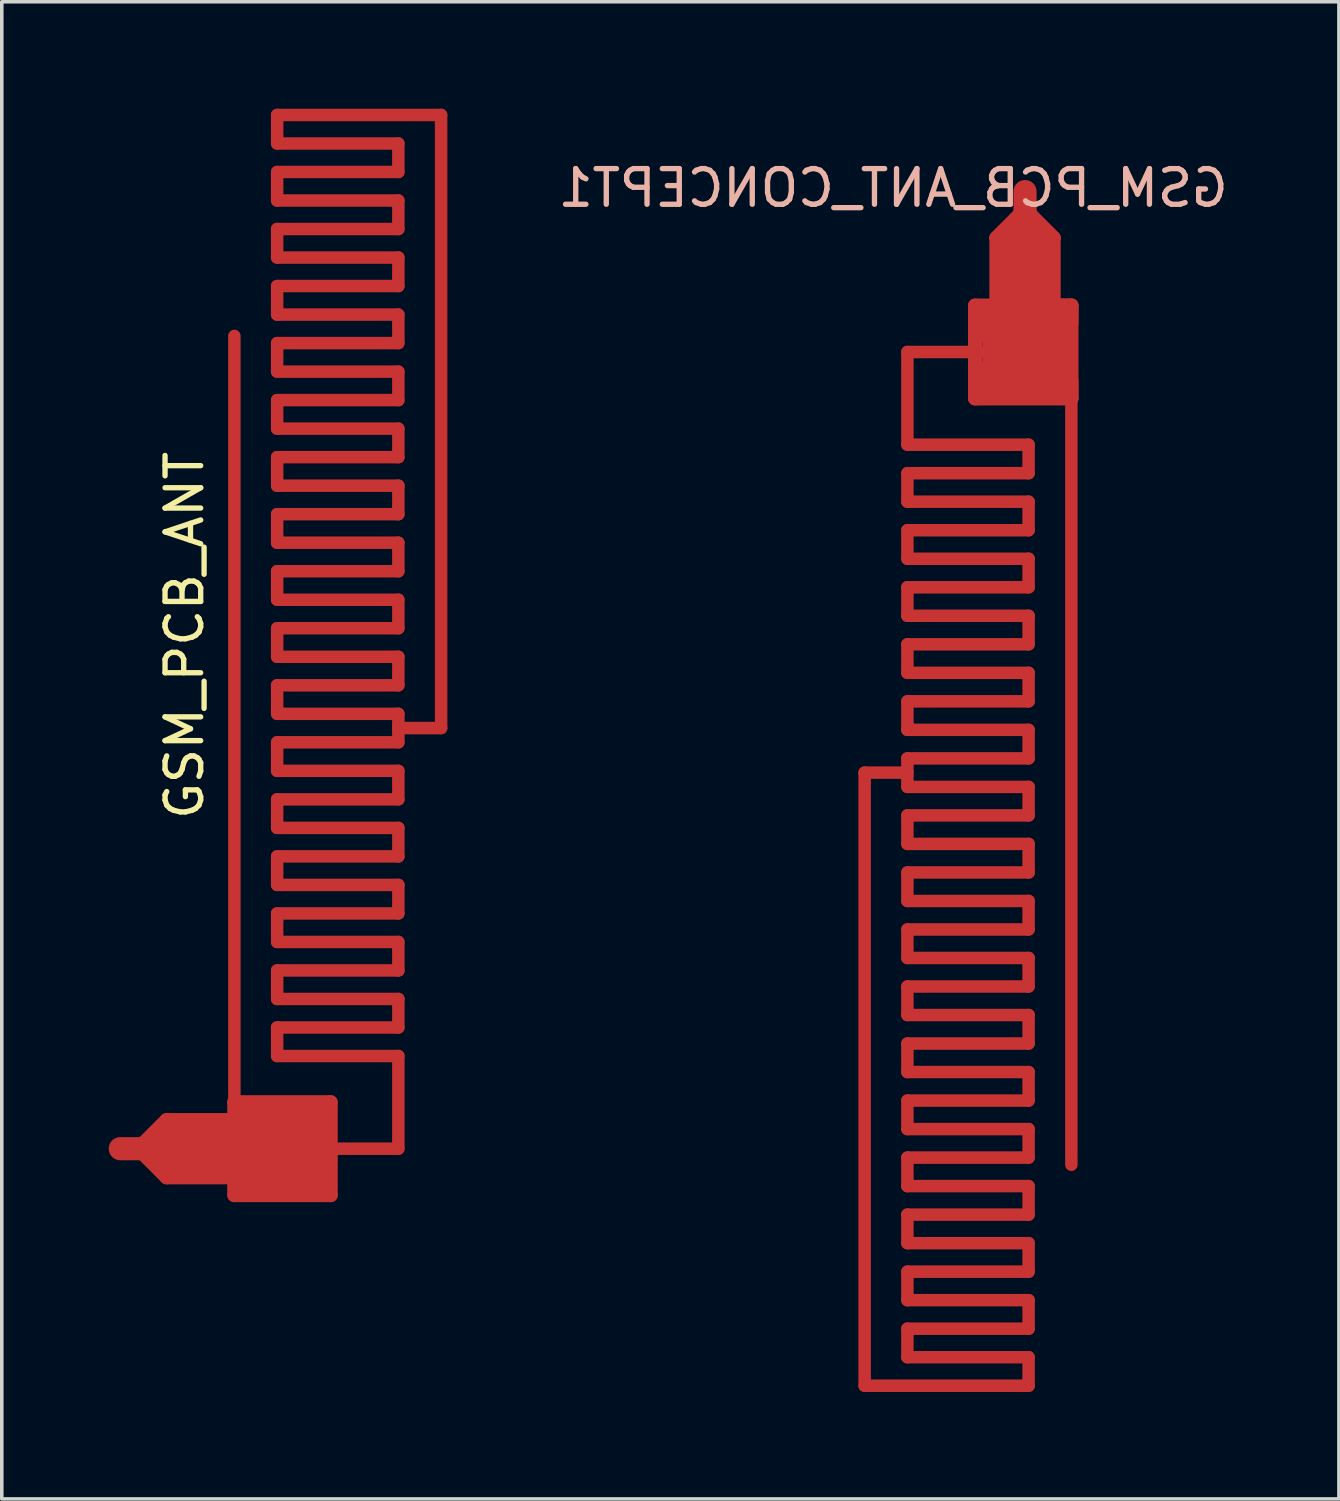
<source format=kicad_pcb>
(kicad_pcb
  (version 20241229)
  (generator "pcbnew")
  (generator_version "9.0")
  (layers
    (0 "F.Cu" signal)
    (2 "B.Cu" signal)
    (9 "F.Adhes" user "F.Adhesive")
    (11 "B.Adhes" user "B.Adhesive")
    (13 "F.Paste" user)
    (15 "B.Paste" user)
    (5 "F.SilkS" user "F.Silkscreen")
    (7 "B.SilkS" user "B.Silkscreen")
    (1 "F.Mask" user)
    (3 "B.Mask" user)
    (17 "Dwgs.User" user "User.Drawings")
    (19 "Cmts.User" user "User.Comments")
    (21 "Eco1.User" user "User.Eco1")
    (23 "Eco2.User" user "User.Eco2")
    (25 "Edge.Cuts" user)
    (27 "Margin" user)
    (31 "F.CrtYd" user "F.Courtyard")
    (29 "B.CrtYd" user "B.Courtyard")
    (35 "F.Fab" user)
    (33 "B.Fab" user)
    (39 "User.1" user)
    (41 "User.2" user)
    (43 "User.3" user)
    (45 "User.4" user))
  (footprint "GSM_PCB_ANT"
    (layer "F.Cu")
    (at 0.325 29.175)
    (property "Reference" "GSM_PCB_ANT" (at 1.8 -14.4 90) (layer "F.SilkS") (effects (font (size 1 1) (thickness 0.15))))
    (attr through_hole)
    (fp_line (start 0 0) (end 0.6 0) (stroke (width 0.65) (type solid)) (layer "F.Cu"))
    (fp_line (start 1.2 0) (end 5.4 0) (stroke (width 1) (type solid)) (layer "F.Cu"))
    (fp_line (start 1.3 -0.8) (end 0.5 0) (stroke (width 0.4) (type solid)) (layer "F.Cu"))
    (fp_line (start 1.3 -0.8) (end 3.2 -0.8) (stroke (width 0.4) (type solid)) (layer "F.Cu"))
    (fp_line (start 1.3 -0.5) (end 3.2 -0.5) (stroke (width 0.4) (type solid)) (layer "F.Cu"))
    (fp_line (start 1.3 0.5) (end 3.2 0.5) (stroke (width 0.4) (type solid)) (layer "F.Cu"))
    (fp_line (start 1.3 0.8) (end 0.5 0) (stroke (width 0.4) (type solid)) (layer "F.Cu"))
    (fp_line (start 1.3 0.8) (end 3.2 0.8) (stroke (width 0.4) (type solid)) (layer "F.Cu"))
    (fp_line (start 3.2 -22.8) (end 3.2 -1.3) (stroke (width 0.35) (type solid)) (layer "F.Cu"))
    (fp_line (start 3.2 -1.3) (end 3.2 -0.8) (stroke (width 0.4) (type solid)) (layer "F.Cu"))
    (fp_line (start 3.2 -1.3) (end 5.9 -1.3) (stroke (width 0.4) (type solid)) (layer "F.Cu"))
    (fp_line (start 3.2 0.8) (end 3.2 1.3) (stroke (width 0.4) (type solid)) (layer "F.Cu"))
    (fp_line (start 3.2 1.3) (end 5.9 1.3) (stroke (width 0.4) (type solid)) (layer "F.Cu"))
    (fp_line (start 3.6 -0.7) (end 5.4 -0.7) (stroke (width 1) (type solid)) (layer "F.Cu"))
    (fp_line (start 3.6 0.7) (end 5.4 0.7) (stroke (width 1) (type solid)) (layer "F.Cu"))
    (fp_line (start 4.4 -29) (end 4.4 -28.2) (stroke (width 0.35) (type solid)) (layer "F.Cu"))
    (fp_line (start 4.4 -29) (end 9 -29) (stroke (width 0.35) (type solid)) (layer "F.Cu"))
    (fp_line (start 4.4 -28.2) (end 7.8 -28.2) (stroke (width 0.35) (type solid)) (layer "F.Cu"))
    (fp_line (start 4.4 -27.4) (end 4.4 -26.6) (stroke (width 0.35) (type solid)) (layer "F.Cu"))
    (fp_line (start 4.4 -27.4) (end 7.8 -27.4) (stroke (width 0.35) (type solid)) (layer "F.Cu"))
    (fp_line (start 4.4 -26.6) (end 7.8 -26.6) (stroke (width 0.35) (type solid)) (layer "F.Cu"))
    (fp_line (start 4.4 -25.8) (end 4.4 -25) (stroke (width 0.35) (type solid)) (layer "F.Cu"))
    (fp_line (start 4.4 -25.8) (end 7.8 -25.8) (stroke (width 0.35) (type solid)) (layer "F.Cu"))
    (fp_line (start 4.4 -25) (end 7.8 -25) (stroke (width 0.35) (type solid)) (layer "F.Cu"))
    (fp_line (start 4.4 -24.2) (end 4.4 -23.4) (stroke (width 0.35) (type solid)) (layer "F.Cu"))
    (fp_line (start 4.4 -24.2) (end 7.8 -24.2) (stroke (width 0.35) (type solid)) (layer "F.Cu"))
    (fp_line (start 4.4 -23.4) (end 7.8 -23.4) (stroke (width 0.35) (type solid)) (layer "F.Cu"))
    (fp_line (start 4.4 -22.6) (end 4.4 -21.8) (stroke (width 0.35) (type solid)) (layer "F.Cu"))
    (fp_line (start 4.4 -22.6) (end 7.8 -22.6) (stroke (width 0.35) (type solid)) (layer "F.Cu"))
    (fp_line (start 4.4 -21.8) (end 7.8 -21.8) (stroke (width 0.35) (type solid)) (layer "F.Cu"))
    (fp_line (start 4.4 -21) (end 4.4 -20.2) (stroke (width 0.35) (type solid)) (layer "F.Cu"))
    (fp_line (start 4.4 -21) (end 7.8 -21) (stroke (width 0.35) (type solid)) (layer "F.Cu"))
    (fp_line (start 4.4 -20.2) (end 7.8 -20.2) (stroke (width 0.35) (type solid)) (layer "F.Cu"))
    (fp_line (start 4.4 -19.4) (end 4.4 -18.6) (stroke (width 0.35) (type solid)) (layer "F.Cu"))
    (fp_line (start 4.4 -19.4) (end 7.8 -19.4) (stroke (width 0.35) (type solid)) (layer "F.Cu"))
    (fp_line (start 4.4 -18.6) (end 7.8 -18.6) (stroke (width 0.35) (type solid)) (layer "F.Cu"))
    (fp_line (start 4.4 -17.8) (end 4.4 -17) (stroke (width 0.35) (type solid)) (layer "F.Cu"))
    (fp_line (start 4.4 -17.8) (end 7.8 -17.8) (stroke (width 0.35) (type solid)) (layer "F.Cu"))
    (fp_line (start 4.4 -17) (end 7.8 -17) (stroke (width 0.35) (type solid)) (layer "F.Cu"))
    (fp_line (start 4.4 -16.2) (end 4.4 -15.4) (stroke (width 0.35) (type solid)) (layer "F.Cu"))
    (fp_line (start 4.4 -16.2) (end 7.8 -16.2) (stroke (width 0.35) (type solid)) (layer "F.Cu"))
    (fp_line (start 4.4 -15.4) (end 7.8 -15.4) (stroke (width 0.35) (type solid)) (layer "F.Cu"))
    (fp_line (start 4.4 -14.6) (end 4.4 -13.8) (stroke (width 0.35) (type solid)) (layer "F.Cu"))
    (fp_line (start 4.4 -14.6) (end 7.8 -14.6) (stroke (width 0.35) (type solid)) (layer "F.Cu"))
    (fp_line (start 4.4 -13.8) (end 7.8 -13.8) (stroke (width 0.35) (type solid)) (layer "F.Cu"))
    (fp_line (start 4.4 -13) (end 4.4 -12.2) (stroke (width 0.35) (type solid)) (layer "F.Cu"))
    (fp_line (start 4.4 -13) (end 7.8 -13) (stroke (width 0.35) (type solid)) (layer "F.Cu"))
    (fp_line (start 4.4 -12.2) (end 7.8 -12.2) (stroke (width 0.35) (type solid)) (layer "F.Cu"))
    (fp_line (start 4.4 -11.4) (end 4.4 -10.6) (stroke (width 0.35) (type solid)) (layer "F.Cu"))
    (fp_line (start 4.4 -11.4) (end 7.8 -11.4) (stroke (width 0.35) (type solid)) (layer "F.Cu"))
    (fp_line (start 4.4 -10.6) (end 7.8 -10.6) (stroke (width 0.35) (type solid)) (layer "F.Cu"))
    (fp_line (start 4.4 -9.8) (end 4.4 -9) (stroke (width 0.35) (type solid)) (layer "F.Cu"))
    (fp_line (start 4.4 -9.8) (end 7.8 -9.8) (stroke (width 0.35) (type solid)) (layer "F.Cu"))
    (fp_line (start 4.4 -9) (end 7.8 -9) (stroke (width 0.35) (type solid)) (layer "F.Cu"))
    (fp_line (start 4.4 -8.2) (end 4.4 -7.4) (stroke (width 0.35) (type solid)) (layer "F.Cu"))
    (fp_line (start 4.4 -8.2) (end 7.8 -8.2) (stroke (width 0.35) (type solid)) (layer "F.Cu"))
    (fp_line (start 4.4 -7.4) (end 7.8 -7.4) (stroke (width 0.35) (type solid)) (layer "F.Cu"))
    (fp_line (start 4.4 -6.6) (end 4.4 -5.8) (stroke (width 0.35) (type solid)) (layer "F.Cu"))
    (fp_line (start 4.4 -6.6) (end 7.8 -6.6) (stroke (width 0.35) (type solid)) (layer "F.Cu"))
    (fp_line (start 4.4 -5.8) (end 7.8 -5.8) (stroke (width 0.35) (type solid)) (layer "F.Cu"))
    (fp_line (start 4.4 -5) (end 4.4 -4.2) (stroke (width 0.35) (type solid)) (layer "F.Cu"))
    (fp_line (start 4.4 -5) (end 7.8 -5) (stroke (width 0.35) (type solid)) (layer "F.Cu"))
    (fp_line (start 4.4 -4.2) (end 7.8 -4.2) (stroke (width 0.35) (type solid)) (layer "F.Cu"))
    (fp_line (start 4.4 -3.4) (end 4.4 -2.6) (stroke (width 0.35) (type solid)) (layer "F.Cu"))
    (fp_line (start 4.4 -3.4) (end 7.8 -3.4) (stroke (width 0.35) (type solid)) (layer "F.Cu"))
    (fp_line (start 4.4 -2.6) (end 7.8 -2.6) (stroke (width 0.35) (type solid)) (layer "F.Cu"))
    (fp_line (start 5.8 0) (end 7.8 0) (stroke (width 0.35) (type solid)) (layer "F.Cu"))
    (fp_line (start 5.9 -1.3) (end 5.9 1.3) (stroke (width 0.4) (type solid)) (layer "F.Cu"))
    (fp_line (start 7.8 -28.2) (end 7.8 -27.4) (stroke (width 0.35) (type solid)) (layer "F.Cu"))
    (fp_line (start 7.8 -26.6) (end 7.8 -25.8) (stroke (width 0.35) (type solid)) (layer "F.Cu"))
    (fp_line (start 7.8 -25) (end 7.8 -24.2) (stroke (width 0.35) (type solid)) (layer "F.Cu"))
    (fp_line (start 7.8 -23.4) (end 7.8 -22.6) (stroke (width 0.35) (type solid)) (layer "F.Cu"))
    (fp_line (start 7.8 -21.8) (end 7.8 -21) (stroke (width 0.35) (type solid)) (layer "F.Cu"))
    (fp_line (start 7.8 -20.2) (end 7.8 -19.4) (stroke (width 0.35) (type solid)) (layer "F.Cu"))
    (fp_line (start 7.8 -18.6) (end 7.8 -17.8) (stroke (width 0.35) (type solid)) (layer "F.Cu"))
    (fp_line (start 7.8 -17) (end 7.8 -16.2) (stroke (width 0.35) (type solid)) (layer "F.Cu"))
    (fp_line (start 7.8 -15.4) (end 7.8 -14.6) (stroke (width 0.35) (type solid)) (layer "F.Cu"))
    (fp_line (start 7.8 -13.8) (end 7.8 -13) (stroke (width 0.35) (type solid)) (layer "F.Cu"))
    (fp_line (start 7.8 -12.2) (end 7.8 -11.4) (stroke (width 0.35) (type solid)) (layer "F.Cu"))
    (fp_line (start 7.8 -11.8) (end 9 -11.8) (stroke (width 0.35) (type solid)) (layer "F.Cu"))
    (fp_line (start 7.8 -10.6) (end 7.8 -9.8) (stroke (width 0.35) (type solid)) (layer "F.Cu"))
    (fp_line (start 7.8 -9) (end 7.8 -8.2) (stroke (width 0.35) (type solid)) (layer "F.Cu"))
    (fp_line (start 7.8 -7.4) (end 7.8 -6.6) (stroke (width 0.35) (type solid)) (layer "F.Cu"))
    (fp_line (start 7.8 -5.8) (end 7.8 -5) (stroke (width 0.35) (type solid)) (layer "F.Cu"))
    (fp_line (start 7.8 -4.2) (end 7.8 -3.4) (stroke (width 0.35) (type solid)) (layer "F.Cu"))
    (fp_line (start 7.8 -2.6) (end 7.8 0) (stroke (width 0.35) (type solid)) (layer "F.Cu"))
    (fp_line (start 9 -29) (end 9 -11.8) (stroke (width 0.35) (type solid)) (layer "F.Cu")))
  (footprint "GSM_PCB_ANT_CONCEPT1"
    (layer "F.Cu")
    (at 25.706 2.325)
    (property "Reference" "GSM_PCB_ANT_CONCEPT1" (at -3.7 -0.1 0) (layer "B.SilkS") (effects (font (size 1 1) (thickness 0.15)) (justify mirror)))
    (attr through_hole)
    (fp_line (start -4.5 33.5) (end -4.5 16.3) (stroke (width 0.35) (type solid)) (layer "F.Cu"))
    (fp_line (start -3.3 7.1) (end -3.3 4.5) (stroke (width 0.35) (type solid)) (layer "F.Cu"))
    (fp_line (start -3.3 8.7) (end -3.3 7.9) (stroke (width 0.35) (type solid)) (layer "F.Cu"))
    (fp_line (start -3.3 10.3) (end -3.3 9.5) (stroke (width 0.35) (type solid)) (layer "F.Cu"))
    (fp_line (start -3.3 11.9) (end -3.3 11.1) (stroke (width 0.35) (type solid)) (layer "F.Cu"))
    (fp_line (start -3.3 13.5) (end -3.3 12.7) (stroke (width 0.35) (type solid)) (layer "F.Cu"))
    (fp_line (start -3.3 15.1) (end -3.3 14.3) (stroke (width 0.35) (type solid)) (layer "F.Cu"))
    (fp_line (start -3.3 16.3) (end -4.5 16.3) (stroke (width 0.35) (type solid)) (layer "F.Cu"))
    (fp_line (start -3.3 16.7) (end -3.3 15.9) (stroke (width 0.35) (type solid)) (layer "F.Cu"))
    (fp_line (start -3.3 18.3) (end -3.3 17.5) (stroke (width 0.35) (type solid)) (layer "F.Cu"))
    (fp_line (start -3.3 19.9) (end -3.3 19.1) (stroke (width 0.35) (type solid)) (layer "F.Cu"))
    (fp_line (start -3.3 21.5) (end -3.3 20.7) (stroke (width 0.35) (type solid)) (layer "F.Cu"))
    (fp_line (start -3.3 23.1) (end -3.3 22.3) (stroke (width 0.35) (type solid)) (layer "F.Cu"))
    (fp_line (start -3.3 24.7) (end -3.3 23.9) (stroke (width 0.35) (type solid)) (layer "F.Cu"))
    (fp_line (start -3.3 26.3) (end -3.3 25.5) (stroke (width 0.35) (type solid)) (layer "F.Cu"))
    (fp_line (start -3.3 27.9) (end -3.3 27.1) (stroke (width 0.35) (type solid)) (layer "F.Cu"))
    (fp_line (start -3.3 29.5) (end -3.3 28.7) (stroke (width 0.35) (type solid)) (layer "F.Cu"))
    (fp_line (start -3.3 31.1) (end -3.3 30.3) (stroke (width 0.35) (type solid)) (layer "F.Cu"))
    (fp_line (start -3.3 32.7) (end -3.3 31.9) (stroke (width 0.35) (type solid)) (layer "F.Cu"))
    (fp_line (start -1.4 5.8) (end -1.4 3.2) (stroke (width 0.4) (type solid)) (layer "F.Cu"))
    (fp_line (start -1.3 4.5) (end -3.3 4.5) (stroke (width 0.35) (type solid)) (layer "F.Cu"))
    (fp_line (start -0.8 1.3) (end -0.8 3.2) (stroke (width 0.4) (type solid)) (layer "F.Cu"))
    (fp_line (start -0.8 1.3) (end 0 0.5) (stroke (width 0.4) (type solid)) (layer "F.Cu"))
    (fp_line (start -0.8 1.3) (end 0 0.5) (stroke (width 0.4) (type solid)) (layer "F.Cu"))
    (fp_line (start -0.7 3.6) (end -0.7 5.4) (stroke (width 1) (type solid)) (layer "F.Cu"))
    (fp_line (start -0.5 1.3) (end -0.5 3.2) (stroke (width 0.4) (type solid)) (layer "F.Cu"))
    (fp_line (start 0 0) (end 0 0.6) (stroke (width 0.65) (type solid)) (layer "F.Cu"))
    (fp_line (start 0 1.2) (end 0 5.4) (stroke (width 1) (type solid)) (layer "F.Cu"))
    (fp_line (start 0 1.2) (end 0 5.4) (stroke (width 1) (type solid)) (layer "F.Cu"))
    (fp_line (start 0.1 7.1) (end -3.3 7.1) (stroke (width 0.35) (type solid)) (layer "F.Cu"))
    (fp_line (start 0.1 7.9) (end -3.3 7.9) (stroke (width 0.35) (type solid)) (layer "F.Cu"))
    (fp_line (start 0.1 7.9) (end 0.1 7.1) (stroke (width 0.35) (type solid)) (layer "F.Cu"))
    (fp_line (start 0.1 8.7) (end -3.3 8.7) (stroke (width 0.35) (type solid)) (layer "F.Cu"))
    (fp_line (start 0.1 9.5) (end -3.3 9.5) (stroke (width 0.35) (type solid)) (layer "F.Cu"))
    (fp_line (start 0.1 9.5) (end 0.1 8.7) (stroke (width 0.35) (type solid)) (layer "F.Cu"))
    (fp_line (start 0.1 10.3) (end -3.3 10.3) (stroke (width 0.35) (type solid)) (layer "F.Cu"))
    (fp_line (start 0.1 11.1) (end -3.3 11.1) (stroke (width 0.35) (type solid)) (layer "F.Cu"))
    (fp_line (start 0.1 11.1) (end 0.1 10.3) (stroke (width 0.35) (type solid)) (layer "F.Cu"))
    (fp_line (start 0.1 11.9) (end -3.3 11.9) (stroke (width 0.35) (type solid)) (layer "F.Cu"))
    (fp_line (start 0.1 12.7) (end -3.3 12.7) (stroke (width 0.35) (type solid)) (layer "F.Cu"))
    (fp_line (start 0.1 12.7) (end 0.1 11.9) (stroke (width 0.35) (type solid)) (layer "F.Cu"))
    (fp_line (start 0.1 13.5) (end -3.3 13.5) (stroke (width 0.35) (type solid)) (layer "F.Cu"))
    (fp_line (start 0.1 14.3) (end -3.3 14.3) (stroke (width 0.35) (type solid)) (layer "F.Cu"))
    (fp_line (start 0.1 14.3) (end 0.1 13.5) (stroke (width 0.35) (type solid)) (layer "F.Cu"))
    (fp_line (start 0.1 15.1) (end -3.3 15.1) (stroke (width 0.35) (type solid)) (layer "F.Cu"))
    (fp_line (start 0.1 15.9) (end -3.3 15.9) (stroke (width 0.35) (type solid)) (layer "F.Cu"))
    (fp_line (start 0.1 15.9) (end 0.1 15.1) (stroke (width 0.35) (type solid)) (layer "F.Cu"))
    (fp_line (start 0.1 16.7) (end -3.3 16.7) (stroke (width 0.35) (type solid)) (layer "F.Cu"))
    (fp_line (start 0.1 17.5) (end -3.3 17.5) (stroke (width 0.35) (type solid)) (layer "F.Cu"))
    (fp_line (start 0.1 17.5) (end 0.1 16.7) (stroke (width 0.35) (type solid)) (layer "F.Cu"))
    (fp_line (start 0.1 18.3) (end -3.3 18.3) (stroke (width 0.35) (type solid)) (layer "F.Cu"))
    (fp_line (start 0.1 19.1) (end -3.3 19.1) (stroke (width 0.35) (type solid)) (layer "F.Cu"))
    (fp_line (start 0.1 19.1) (end 0.1 18.3) (stroke (width 0.35) (type solid)) (layer "F.Cu"))
    (fp_line (start 0.1 19.9) (end -3.3 19.9) (stroke (width 0.35) (type solid)) (layer "F.Cu"))
    (fp_line (start 0.1 20.7) (end -3.3 20.7) (stroke (width 0.35) (type solid)) (layer "F.Cu"))
    (fp_line (start 0.1 20.7) (end 0.1 19.9) (stroke (width 0.35) (type solid)) (layer "F.Cu"))
    (fp_line (start 0.1 21.5) (end -3.3 21.5) (stroke (width 0.35) (type solid)) (layer "F.Cu"))
    (fp_line (start 0.1 22.3) (end -3.3 22.3) (stroke (width 0.35) (type solid)) (layer "F.Cu"))
    (fp_line (start 0.1 22.3) (end 0.1 21.5) (stroke (width 0.35) (type solid)) (layer "F.Cu"))
    (fp_line (start 0.1 23.1) (end -3.3 23.1) (stroke (width 0.35) (type solid)) (layer "F.Cu"))
    (fp_line (start 0.1 23.9) (end -3.3 23.9) (stroke (width 0.35) (type solid)) (layer "F.Cu"))
    (fp_line (start 0.1 23.9) (end 0.1 23.1) (stroke (width 0.35) (type solid)) (layer "F.Cu"))
    (fp_line (start 0.1 24.7) (end -3.3 24.7) (stroke (width 0.35) (type solid)) (layer "F.Cu"))
    (fp_line (start 0.1 25.5) (end -3.3 25.5) (stroke (width 0.35) (type solid)) (layer "F.Cu"))
    (fp_line (start 0.1 25.5) (end 0.1 24.7) (stroke (width 0.35) (type solid)) (layer "F.Cu"))
    (fp_line (start 0.1 26.3) (end -3.3 26.3) (stroke (width 0.35) (type solid)) (layer "F.Cu"))
    (fp_line (start 0.1 27.1) (end -3.3 27.1) (stroke (width 0.35) (type solid)) (layer "F.Cu"))
    (fp_line (start 0.1 27.1) (end 0.1 26.3) (stroke (width 0.35) (type solid)) (layer "F.Cu"))
    (fp_line (start 0.1 27.9) (end -3.3 27.9) (stroke (width 0.35) (type solid)) (layer "F.Cu"))
    (fp_line (start 0.1 28.7) (end -3.3 28.7) (stroke (width 0.35) (type solid)) (layer "F.Cu"))
    (fp_line (start 0.1 28.7) (end 0.1 27.9) (stroke (width 0.35) (type solid)) (layer "F.Cu"))
    (fp_line (start 0.1 29.5) (end -3.3 29.5) (stroke (width 0.35) (type solid)) (layer "F.Cu"))
    (fp_line (start 0.1 30.3) (end -3.3 30.3) (stroke (width 0.35) (type solid)) (layer "F.Cu"))
    (fp_line (start 0.1 30.3) (end 0.1 29.5) (stroke (width 0.35) (type solid)) (layer "F.Cu"))
    (fp_line (start 0.1 31.1) (end -3.3 31.1) (stroke (width 0.35) (type solid)) (layer "F.Cu"))
    (fp_line (start 0.1 31.9) (end -3.3 31.9) (stroke (width 0.35) (type solid)) (layer "F.Cu"))
    (fp_line (start 0.1 31.9) (end 0.1 31.1) (stroke (width 0.35) (type solid)) (layer "F.Cu"))
    (fp_line (start 0.1 32.7) (end -3.3 32.7) (stroke (width 0.35) (type solid)) (layer "F.Cu"))
    (fp_line (start 0.1 33.5) (end -4.5 33.5) (stroke (width 0.35) (type solid)) (layer "F.Cu"))
    (fp_line (start 0.1 33.5) (end 0.1 32.7) (stroke (width 0.35) (type solid)) (layer "F.Cu"))
    (fp_line (start 0.5 1.3) (end 0.5 3.2) (stroke (width 0.4) (type solid)) (layer "F.Cu"))
    (fp_line (start 0.7 3.6) (end 0.7 5.4) (stroke (width 1) (type solid)) (layer "F.Cu"))
    (fp_line (start 0.8 1.3) (end 0 0.5) (stroke (width 0.4) (type solid)) (layer "F.Cu"))
    (fp_line (start 0.8 1.3) (end 0 0.5) (stroke (width 0.4) (type solid)) (layer "F.Cu"))
    (fp_line (start 0.8 1.3) (end 0.8 3.2) (stroke (width 0.4) (type solid)) (layer "F.Cu"))
    (fp_line (start 0.9 3.8) (end -0.9 3.8) (stroke (width 1) (type solid)) (layer "F.Cu"))
    (fp_line (start 0.9 5.2) (end -0.9 5.2) (stroke (width 1) (type solid)) (layer "F.Cu"))
    (fp_line (start 1.3 3.2) (end -1.4 3.2) (stroke (width 0.4) (type solid)) (layer "F.Cu"))
    (fp_line (start 1.3 3.2) (end 0.8 3.2) (stroke (width 0.4) (type solid)) (layer "F.Cu"))
    (fp_line (start 1.3 3.7) (end 1.3 3.2) (stroke (width 0.4) (type solid)) (layer "F.Cu"))
    (fp_line (start 1.3 5.8) (end -1.4 5.8) (stroke (width 0.4) (type solid)) (layer "F.Cu"))
    (fp_line (start 1.3 5.8) (end 1.3 3.2) (stroke (width 0.4) (type solid)) (layer "F.Cu"))
    (fp_line (start 1.3 5.8) (end 1.3 5.3) (stroke (width 0.4) (type solid)) (layer "F.Cu"))
    (fp_line (start 1.3 27.3) (end 1.3 5.8) (stroke (width 0.35) (type solid)) (layer "F.Cu"))
    (fp_line (start -2.45 -2.3) (end -2.45 22.6) (stroke (width 0.05) (type solid)) (layer "Eco1.User"))
    (fp_line (start -2.45 -2.3) (end 1.95 -2.3) (stroke (width 0.05) (type solid)) (layer "Eco1.User"))
    (fp_line (start -2.45 22.6) (end 1.95 22.6) (stroke (width 0.05) (type solid)) (layer "Eco1.User"))
    (fp_line (start -0.4 -0.3) (end -0.4 0.35) (stroke (width 0.05) (type solid)) (layer "Eco1.User"))
    (fp_line (start -0.4 -0.3) (end 0.5 -0.3) (stroke (width 0.05) (type solid)) (layer "Eco1.User"))
    (fp_line (start -0.4 0.35) (end 0.5 0.35) (stroke (width 0.05) (type solid)) (layer "Eco1.User"))
    (fp_line (start 0.5 -0.3) (end 0.5 0.35) (stroke (width 0.05) (type solid)) (layer "Eco1.User"))
    (fp_line (start 1.95 -2.3) (end 1.95 22.6) (stroke (width 0.05) (type solid)) (layer "Eco1.User"))
    (pad "1" smd rect (at 0 0) (size 0.2 0.2) (layers "F.Cu")))
  (gr_rect
    (start -3 -3)
    (end 34.512 39)
    (stroke (width 0.1) (type default))
    (fill no)
    (layer "Edge.Cuts")))
</source>
